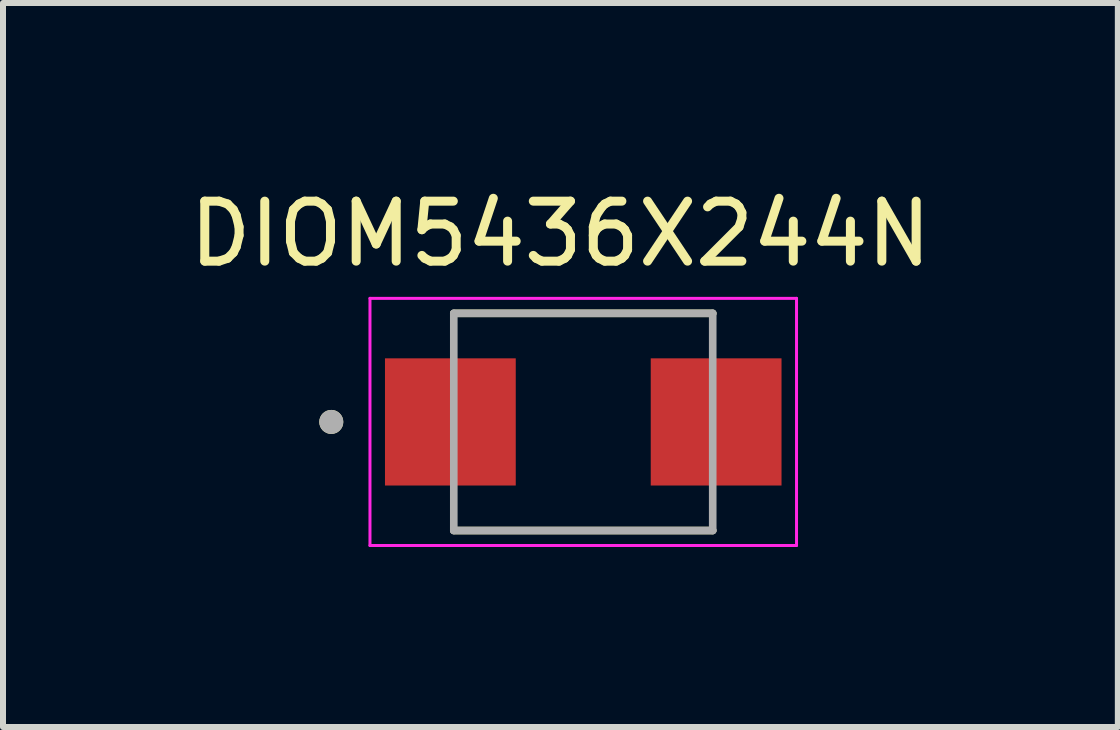
<source format=kicad_pcb>
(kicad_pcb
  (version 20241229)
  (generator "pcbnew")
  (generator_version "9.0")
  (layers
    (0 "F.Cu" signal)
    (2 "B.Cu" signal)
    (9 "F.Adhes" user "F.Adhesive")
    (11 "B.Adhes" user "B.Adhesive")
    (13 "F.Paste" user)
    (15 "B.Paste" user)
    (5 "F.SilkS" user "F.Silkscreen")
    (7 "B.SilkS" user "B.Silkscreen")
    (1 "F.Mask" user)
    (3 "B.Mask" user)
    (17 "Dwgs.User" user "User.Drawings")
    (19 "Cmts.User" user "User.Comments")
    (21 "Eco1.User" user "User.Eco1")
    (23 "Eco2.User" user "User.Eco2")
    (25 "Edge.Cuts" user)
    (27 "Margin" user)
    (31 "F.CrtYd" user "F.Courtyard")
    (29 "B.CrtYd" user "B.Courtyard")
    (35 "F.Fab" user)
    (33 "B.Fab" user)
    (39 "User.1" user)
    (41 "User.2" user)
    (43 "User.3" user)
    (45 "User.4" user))
  (footprint "DIOM5436X244N"
    (layer "F.Cu")
    (at 6.672 3.983)
    (property "Reference" "DIOM5436X244N" (at -0.38 -3.135 0) (layer "F.SilkS") (effects (font (size 1 1) (thickness 0.15))))
    (attr smd)
    (fp_line (start -2.158 -1.81) (end 2.158 -1.81) (stroke (width 0.127) (type solid)) (layer "F.SilkS"))
    (fp_line (start 2.158 1.81) (end -2.158 1.81) (stroke (width 0.127) (type solid)) (layer "F.SilkS"))
    (fp_circle (center -4.2 0) (end -4.1 0) (stroke (width 0.2) (type solid)) (fill no) (layer "F.SilkS"))
    (fp_line (start -3.555 -2.06) (end 3.555 -2.06) (stroke (width 0.05) (type solid)) (layer "F.CrtYd"))
    (fp_line (start -3.555 2.06) (end -3.555 -2.06) (stroke (width 0.05) (type solid)) (layer "F.CrtYd"))
    (fp_line (start 3.555 -2.06) (end 3.555 2.06) (stroke (width 0.05) (type solid)) (layer "F.CrtYd"))
    (fp_line (start 3.555 2.06) (end -3.555 2.06) (stroke (width 0.05) (type solid)) (layer "F.CrtYd"))
    (fp_line (start -2.158 -1.81) (end 2.158 -1.81) (stroke (width 0.127) (type solid)) (layer "F.Fab"))
    (fp_line (start -2.158 1.81) (end -2.158 -1.81) (stroke (width 0.127) (type solid)) (layer "F.Fab"))
    (fp_line (start 2.158 -1.81) (end 2.158 1.81) (stroke (width 0.127) (type solid)) (layer "F.Fab"))
    (fp_line (start 2.158 1.81) (end -2.158 1.81) (stroke (width 0.127) (type solid)) (layer "F.Fab"))
    (fp_circle (center -4.2 0) (end -4.1 0) (stroke (width 0.2) (type solid)) (fill no) (layer "F.Fab"))
    (pad "A" smd rect (at 2.215 0) (size 2.18 2.12) (layers "F.Cu" "F.Mask" "F.Paste"))
    (pad "C" smd rect (at -2.215 0) (size 2.18 2.12) (layers "F.Cu" "F.Mask" "F.Paste")))
  (gr_rect
    (start -3 -3)
    (end 15.583 9.068)
    (stroke (width 0.1) (type default))
    (fill no)
    (layer "Edge.Cuts")))
</source>
